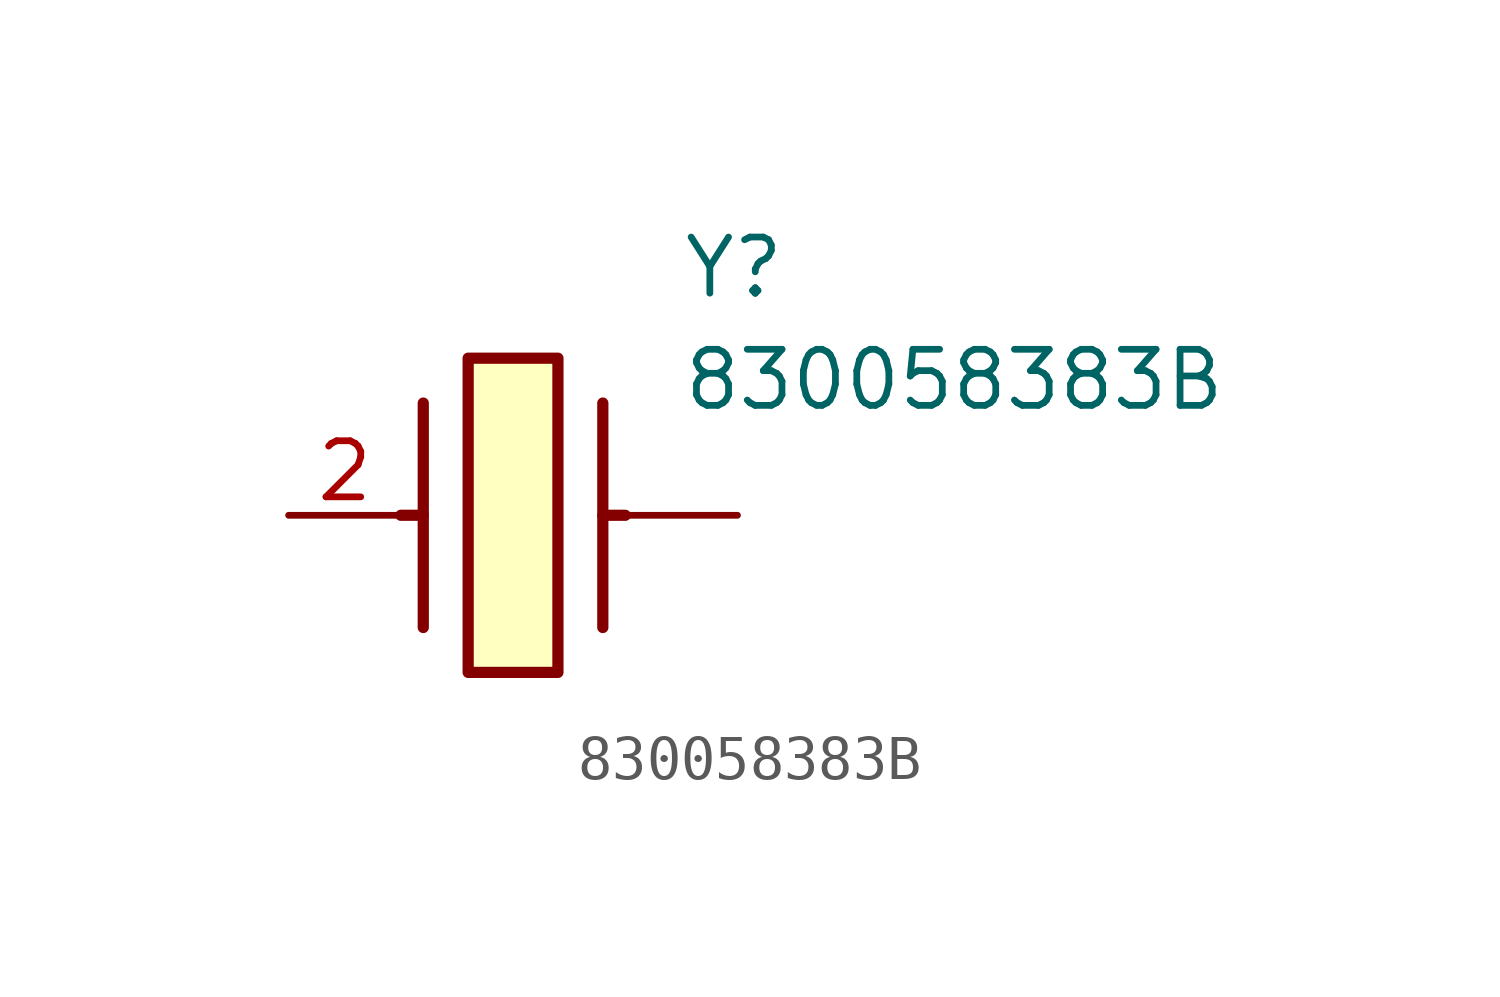
<source format=kicad_sym>
(kicad_symbol_lib
  (version 20211014)
  (generator SamacSys_ECAD_Model)
  (symbol "830058383B"
    (pin_names hide)
    (property "Reference" "Y"
      (at 8.89 6.35 0)
      (effects (font (size 1.27 1.27)) (justify left top)))
    (property "Value" "830058383B"
      (at 8.89 3.81 0)
      (effects (font (size 1.27 1.27)) (justify left top)))
    (rectangle
      (start 4.064 3.556)
      (end 6.096 -3.556)
      (stroke (width 0.254) (type default))
      (fill (type background)))
    (polyline
      (pts (xy 3.048 2.54) (xy 3.048 -2.54))
      (stroke (width 0.254) (type default))
      (fill (type none)))
    (polyline
      (pts (xy 7.112 2.54) (xy 7.112 -2.54))
      (stroke (width 0.254) (type default))
      (fill (type none)))
    (polyline
      (pts (xy 7.112 0) (xy 7.62 0))
      (stroke (width 0.254) (type default))
      (fill (type none)))
    (polyline
      (pts (xy 3.048 0) (xy 2.54 0))
      (stroke (width 0.254) (type default))
      (fill (type none)))
    (pin passive line
      (at 0 0 0)
      (length 2.54)
      (name "CRYSTAL_2" (effects (font (size 1.27 1.27))))
      (number "2" (effects (font (size 1.27 1.27)))))
    (pin passive line
      (at 10.16 0 180)
      (length 2.54)
      (name "" (effects (font (size 1.27 1.27))))
      (number "" (effects (font (size 1.27 1.27)))))))
</source>
